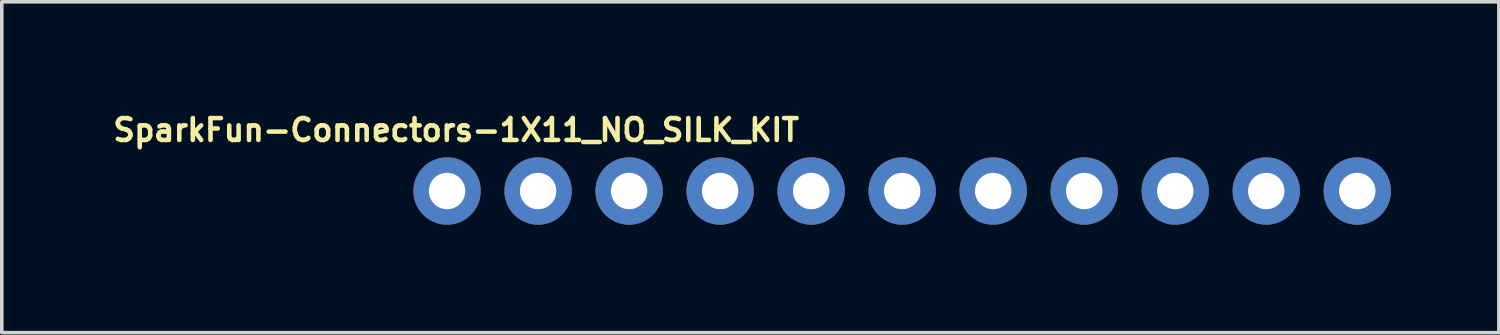
<source format=kicad_pcb>
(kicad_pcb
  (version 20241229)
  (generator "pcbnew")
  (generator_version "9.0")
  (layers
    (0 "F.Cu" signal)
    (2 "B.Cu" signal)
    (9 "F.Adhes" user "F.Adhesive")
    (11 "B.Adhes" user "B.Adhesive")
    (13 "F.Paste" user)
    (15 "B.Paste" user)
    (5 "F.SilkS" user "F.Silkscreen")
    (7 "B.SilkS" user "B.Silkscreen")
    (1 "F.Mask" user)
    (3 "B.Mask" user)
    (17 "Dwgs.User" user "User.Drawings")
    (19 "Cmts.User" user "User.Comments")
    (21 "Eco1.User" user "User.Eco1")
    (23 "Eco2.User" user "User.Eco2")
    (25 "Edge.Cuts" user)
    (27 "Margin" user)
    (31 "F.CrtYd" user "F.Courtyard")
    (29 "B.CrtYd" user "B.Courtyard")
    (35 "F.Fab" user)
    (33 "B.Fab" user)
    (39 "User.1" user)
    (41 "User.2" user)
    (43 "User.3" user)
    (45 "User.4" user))
  (footprint "SparkFun-Connectors-1X11_NO_SILK_KIT"
    (layer "F.Cu")
    (at 9.426 2.281)
    (property "Reference" "SparkFun-Connectors-1X11_NO_SILK_KIT" (at 0.254 -1.702 0) (layer "F.SilkS") (effects (font (size 0.61 0.61) (thickness 0.127))))
    (attr exclude_from_pos_files exclude_from_bom)
    (fp_circle (center 0 0) (end 0 -0.508) (stroke (width 0) (type solid)) (fill yes) (layer "F.Mask"))
    (fp_circle (center 2.54 0) (end 2.54 -0.508) (stroke (width 0) (type solid)) (fill yes) (layer "F.Mask"))
    (fp_circle (center 5.08 0) (end 5.08 -0.508) (stroke (width 0) (type solid)) (fill yes) (layer "F.Mask"))
    (fp_circle (center 7.62 0) (end 7.62 -0.508) (stroke (width 0) (type solid)) (fill yes) (layer "F.Mask"))
    (fp_circle (center 10.16 0) (end 10.16 -0.508) (stroke (width 0) (type solid)) (fill yes) (layer "F.Mask"))
    (fp_circle (center 12.7 0) (end 12.7 -0.508) (stroke (width 0) (type solid)) (fill yes) (layer "F.Mask"))
    (fp_circle (center 15.24 0) (end 15.24 -0.508) (stroke (width 0) (type solid)) (fill yes) (layer "F.Mask"))
    (fp_circle (center 17.78 0) (end 17.78 -0.508) (stroke (width 0) (type solid)) (fill yes) (layer "F.Mask"))
    (fp_circle (center 20.32 0) (end 20.32 -0.508) (stroke (width 0) (type solid)) (fill yes) (layer "F.Mask"))
    (fp_circle (center 22.86 0) (end 22.86 -0.508) (stroke (width 0) (type solid)) (fill yes) (layer "F.Mask"))
    (fp_circle (center 25.4 0) (end 25.4 -0.508) (stroke (width 0) (type solid)) (fill yes) (layer "F.Mask"))
    (fp_circle (center 0 0) (end 0 -0.953) (stroke (width 0) (type solid)) (fill yes) (layer "B.Mask"))
    (fp_circle (center 2.54 0) (end 2.54 -0.953) (stroke (width 0) (type solid)) (fill yes) (layer "B.Mask"))
    (fp_circle (center 5.08 0) (end 5.08 -0.953) (stroke (width 0) (type solid)) (fill yes) (layer "B.Mask"))
    (fp_circle (center 7.62 0) (end 7.62 -0.953) (stroke (width 0) (type solid)) (fill yes) (layer "B.Mask"))
    (fp_circle (center 10.16 0) (end 10.16 -0.953) (stroke (width 0) (type solid)) (fill yes) (layer "B.Mask"))
    (fp_circle (center 12.7 0) (end 12.7 -0.953) (stroke (width 0) (type solid)) (fill yes) (layer "B.Mask"))
    (fp_circle (center 15.24 0) (end 15.24 -0.953) (stroke (width 0) (type solid)) (fill yes) (layer "B.Mask"))
    (fp_circle (center 17.78 0) (end 17.78 -0.953) (stroke (width 0) (type solid)) (fill yes) (layer "B.Mask"))
    (fp_circle (center 20.32 0) (end 20.32 -0.953) (stroke (width 0) (type solid)) (fill yes) (layer "B.Mask"))
    (fp_circle (center 22.86 0) (end 22.86 -0.953) (stroke (width 0) (type solid)) (fill yes) (layer "B.Mask"))
    (fp_circle (center 25.4 0) (end 25.4 -0.953) (stroke (width 0) (type solid)) (fill yes) (layer "B.Mask"))
    (pad "1" thru_hole circle (at 0 0) (size 1.88 1.88) (drill 1.016) (layers "*.Cu" "*.Paste" "*.Mask"))
    (pad "2" thru_hole circle (at 2.54 0) (size 1.88 1.88) (drill 1.016) (layers "*.Cu" "*.Paste" "*.Mask"))
    (pad "3" thru_hole circle (at 5.08 0) (size 1.88 1.88) (drill 1.016) (layers "*.Cu" "*.Paste" "*.Mask"))
    (pad "4" thru_hole circle (at 7.62 0) (size 1.88 1.88) (drill 1.016) (layers "*.Cu" "*.Paste" "*.Mask"))
    (pad "5" thru_hole circle (at 10.16 0) (size 1.88 1.88) (drill 1.016) (layers "*.Cu" "*.Paste" "*.Mask"))
    (pad "6" thru_hole circle (at 12.7 0) (size 1.88 1.88) (drill 1.016) (layers "*.Cu" "*.Paste" "*.Mask"))
    (pad "7" thru_hole circle (at 15.24 0) (size 1.88 1.88) (drill 1.016) (layers "*.Cu" "*.Paste" "*.Mask"))
    (pad "8" thru_hole circle (at 17.78 0) (size 1.88 1.88) (drill 1.016) (layers "*.Cu" "*.Paste" "*.Mask"))
    (pad "9" thru_hole circle (at 20.32 0) (size 1.88 1.88) (drill 1.016) (layers "*.Cu" "*.Paste" "*.Mask"))
    (pad "10" thru_hole circle (at 22.86 0) (size 1.88 1.88) (drill 1.016) (layers "*.Cu" "*.Paste" "*.Mask"))
    (pad "11" thru_hole circle (at 25.4 0) (size 1.88 1.88) (drill 1.016) (layers "*.Cu" "*.Paste" "*.Mask")))
  (gr_rect
    (start -3 -3)
    (end 38.778 6.234)
    (stroke (width 0.1) (type default))
    (fill no)
    (layer "Edge.Cuts")))
</source>
